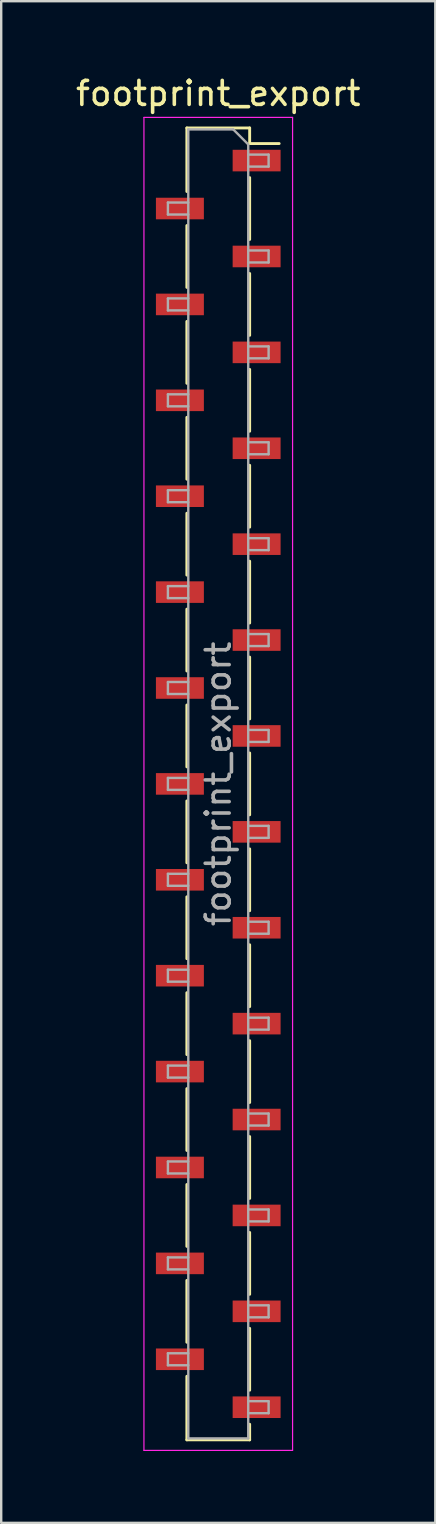
<source format=kicad_pcb>
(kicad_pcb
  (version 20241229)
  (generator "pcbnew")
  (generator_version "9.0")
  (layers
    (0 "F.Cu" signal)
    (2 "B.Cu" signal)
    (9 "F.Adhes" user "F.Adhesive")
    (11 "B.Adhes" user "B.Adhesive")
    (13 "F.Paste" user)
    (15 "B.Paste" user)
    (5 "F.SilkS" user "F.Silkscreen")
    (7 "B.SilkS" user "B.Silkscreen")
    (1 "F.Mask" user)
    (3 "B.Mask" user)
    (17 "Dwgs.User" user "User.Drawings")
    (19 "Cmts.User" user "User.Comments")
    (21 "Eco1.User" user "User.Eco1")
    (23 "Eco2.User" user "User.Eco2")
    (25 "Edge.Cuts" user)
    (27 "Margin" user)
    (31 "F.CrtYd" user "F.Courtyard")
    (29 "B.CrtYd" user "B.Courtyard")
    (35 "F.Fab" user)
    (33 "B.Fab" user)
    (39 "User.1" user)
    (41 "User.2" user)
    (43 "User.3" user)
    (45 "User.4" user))
  (footprint "footprint_export"
    (layer "F.Cu")
    (at 6.054 29.648)
    (property "Reference" "footprint_export" (at 0 -28.8 0) (layer "F.SilkS") (effects (font (size 1 1) (thickness 0.15))))
    (attr smd)
    (fp_line (start -1.31 -27.36) (end -1.31 -24.71) (stroke (width 0.12) (type solid)) (layer "F.SilkS"))
    (fp_line (start -1.31 -27.36) (end 1.31 -27.36) (stroke (width 0.12) (type solid)) (layer "F.SilkS"))
    (fp_line (start -1.31 -23.29) (end -1.31 -20.71) (stroke (width 0.12) (type solid)) (layer "F.SilkS"))
    (fp_line (start -1.31 -19.29) (end -1.31 -16.71) (stroke (width 0.12) (type solid)) (layer "F.SilkS"))
    (fp_line (start -1.31 -15.29) (end -1.31 -12.71) (stroke (width 0.12) (type solid)) (layer "F.SilkS"))
    (fp_line (start -1.31 -11.29) (end -1.31 -8.71) (stroke (width 0.12) (type solid)) (layer "F.SilkS"))
    (fp_line (start -1.31 -7.29) (end -1.31 -4.71) (stroke (width 0.12) (type solid)) (layer "F.SilkS"))
    (fp_line (start -1.31 -3.29) (end -1.31 -0.71) (stroke (width 0.12) (type solid)) (layer "F.SilkS"))
    (fp_line (start -1.31 0.71) (end -1.31 3.29) (stroke (width 0.12) (type solid)) (layer "F.SilkS"))
    (fp_line (start -1.31 4.71) (end -1.31 7.29) (stroke (width 0.12) (type solid)) (layer "F.SilkS"))
    (fp_line (start -1.31 8.71) (end -1.31 11.29) (stroke (width 0.12) (type solid)) (layer "F.SilkS"))
    (fp_line (start -1.31 12.71) (end -1.31 15.29) (stroke (width 0.12) (type solid)) (layer "F.SilkS"))
    (fp_line (start -1.31 16.71) (end -1.31 19.29) (stroke (width 0.12) (type solid)) (layer "F.SilkS"))
    (fp_line (start -1.31 20.71) (end -1.31 23.29) (stroke (width 0.12) (type solid)) (layer "F.SilkS"))
    (fp_line (start -1.31 24.71) (end -1.31 27.36) (stroke (width 0.12) (type solid)) (layer "F.SilkS"))
    (fp_line (start -1.31 27.36) (end 1.31 27.36) (stroke (width 0.12) (type solid)) (layer "F.SilkS"))
    (fp_line (start 1.31 -27.36) (end 1.31 -26.71) (stroke (width 0.12) (type solid)) (layer "F.SilkS"))
    (fp_line (start 1.31 -26.71) (end 2.54 -26.71) (stroke (width 0.12) (type solid)) (layer "F.SilkS"))
    (fp_line (start 1.31 -25.29) (end 1.31 -22.71) (stroke (width 0.12) (type solid)) (layer "F.SilkS"))
    (fp_line (start 1.31 -21.29) (end 1.31 -18.71) (stroke (width 0.12) (type solid)) (layer "F.SilkS"))
    (fp_line (start 1.31 -17.29) (end 1.31 -14.71) (stroke (width 0.12) (type solid)) (layer "F.SilkS"))
    (fp_line (start 1.31 -13.29) (end 1.31 -10.71) (stroke (width 0.12) (type solid)) (layer "F.SilkS"))
    (fp_line (start 1.31 -9.29) (end 1.31 -6.71) (stroke (width 0.12) (type solid)) (layer "F.SilkS"))
    (fp_line (start 1.31 -5.29) (end 1.31 -2.71) (stroke (width 0.12) (type solid)) (layer "F.SilkS"))
    (fp_line (start 1.31 -1.29) (end 1.31 1.29) (stroke (width 0.12) (type solid)) (layer "F.SilkS"))
    (fp_line (start 1.31 2.71) (end 1.31 5.29) (stroke (width 0.12) (type solid)) (layer "F.SilkS"))
    (fp_line (start 1.31 6.71) (end 1.31 9.29) (stroke (width 0.12) (type solid)) (layer "F.SilkS"))
    (fp_line (start 1.31 10.71) (end 1.31 13.29) (stroke (width 0.12) (type solid)) (layer "F.SilkS"))
    (fp_line (start 1.31 14.71) (end 1.31 17.29) (stroke (width 0.12) (type solid)) (layer "F.SilkS"))
    (fp_line (start 1.31 18.71) (end 1.31 21.29) (stroke (width 0.12) (type solid)) (layer "F.SilkS"))
    (fp_line (start 1.31 22.71) (end 1.31 25.29) (stroke (width 0.12) (type solid)) (layer "F.SilkS"))
    (fp_line (start 1.31 26.71) (end 1.31 27.36) (stroke (width 0.12) (type solid)) (layer "F.SilkS"))
    (fp_line (start -3.1 -27.8) (end 3.1 -27.8) (stroke (width 0.05) (type solid)) (layer "F.CrtYd"))
    (fp_line (start -3.1 27.8) (end -3.1 -27.8) (stroke (width 0.05) (type solid)) (layer "F.CrtYd"))
    (fp_line (start 3.1 -27.8) (end 3.1 27.8) (stroke (width 0.05) (type solid)) (layer "F.CrtYd"))
    (fp_line (start 3.1 27.8) (end -3.1 27.8) (stroke (width 0.05) (type solid)) (layer "F.CrtYd"))
    (fp_line (start -2.1 -24.25) (end -1.25 -24.25) (stroke (width 0.1) (type solid)) (layer "F.Fab"))
    (fp_line (start -2.1 -23.75) (end -2.1 -24.25) (stroke (width 0.1) (type solid)) (layer "F.Fab"))
    (fp_line (start -2.1 -20.25) (end -1.25 -20.25) (stroke (width 0.1) (type solid)) (layer "F.Fab"))
    (fp_line (start -2.1 -19.75) (end -2.1 -20.25) (stroke (width 0.1) (type solid)) (layer "F.Fab"))
    (fp_line (start -2.1 -16.25) (end -1.25 -16.25) (stroke (width 0.1) (type solid)) (layer "F.Fab"))
    (fp_line (start -2.1 -15.75) (end -2.1 -16.25) (stroke (width 0.1) (type solid)) (layer "F.Fab"))
    (fp_line (start -2.1 -12.25) (end -1.25 -12.25) (stroke (width 0.1) (type solid)) (layer "F.Fab"))
    (fp_line (start -2.1 -11.75) (end -2.1 -12.25) (stroke (width 0.1) (type solid)) (layer "F.Fab"))
    (fp_line (start -2.1 -8.25) (end -1.25 -8.25) (stroke (width 0.1) (type solid)) (layer "F.Fab"))
    (fp_line (start -2.1 -7.75) (end -2.1 -8.25) (stroke (width 0.1) (type solid)) (layer "F.Fab"))
    (fp_line (start -2.1 -4.25) (end -1.25 -4.25) (stroke (width 0.1) (type solid)) (layer "F.Fab"))
    (fp_line (start -2.1 -3.75) (end -2.1 -4.25) (stroke (width 0.1) (type solid)) (layer "F.Fab"))
    (fp_line (start -2.1 -0.25) (end -1.25 -0.25) (stroke (width 0.1) (type solid)) (layer "F.Fab"))
    (fp_line (start -2.1 0.25) (end -2.1 -0.25) (stroke (width 0.1) (type solid)) (layer "F.Fab"))
    (fp_line (start -2.1 3.75) (end -1.25 3.75) (stroke (width 0.1) (type solid)) (layer "F.Fab"))
    (fp_line (start -2.1 4.25) (end -2.1 3.75) (stroke (width 0.1) (type solid)) (layer "F.Fab"))
    (fp_line (start -2.1 7.75) (end -1.25 7.75) (stroke (width 0.1) (type solid)) (layer "F.Fab"))
    (fp_line (start -2.1 8.25) (end -2.1 7.75) (stroke (width 0.1) (type solid)) (layer "F.Fab"))
    (fp_line (start -2.1 11.75) (end -1.25 11.75) (stroke (width 0.1) (type solid)) (layer "F.Fab"))
    (fp_line (start -2.1 12.25) (end -2.1 11.75) (stroke (width 0.1) (type solid)) (layer "F.Fab"))
    (fp_line (start -2.1 15.75) (end -1.25 15.75) (stroke (width 0.1) (type solid)) (layer "F.Fab"))
    (fp_line (start -2.1 16.25) (end -2.1 15.75) (stroke (width 0.1) (type solid)) (layer "F.Fab"))
    (fp_line (start -2.1 19.75) (end -1.25 19.75) (stroke (width 0.1) (type solid)) (layer "F.Fab"))
    (fp_line (start -2.1 20.25) (end -2.1 19.75) (stroke (width 0.1) (type solid)) (layer "F.Fab"))
    (fp_line (start -2.1 23.75) (end -1.25 23.75) (stroke (width 0.1) (type solid)) (layer "F.Fab"))
    (fp_line (start -2.1 24.25) (end -2.1 23.75) (stroke (width 0.1) (type solid)) (layer "F.Fab"))
    (fp_line (start -1.25 -27.3) (end 0.625 -27.3) (stroke (width 0.1) (type solid)) (layer "F.Fab"))
    (fp_line (start -1.25 -23.75) (end -2.1 -23.75) (stroke (width 0.1) (type solid)) (layer "F.Fab"))
    (fp_line (start -1.25 -19.75) (end -2.1 -19.75) (stroke (width 0.1) (type solid)) (layer "F.Fab"))
    (fp_line (start -1.25 -15.75) (end -2.1 -15.75) (stroke (width 0.1) (type solid)) (layer "F.Fab"))
    (fp_line (start -1.25 -11.75) (end -2.1 -11.75) (stroke (width 0.1) (type solid)) (layer "F.Fab"))
    (fp_line (start -1.25 -7.75) (end -2.1 -7.75) (stroke (width 0.1) (type solid)) (layer "F.Fab"))
    (fp_line (start -1.25 -3.75) (end -2.1 -3.75) (stroke (width 0.1) (type solid)) (layer "F.Fab"))
    (fp_line (start -1.25 0.25) (end -2.1 0.25) (stroke (width 0.1) (type solid)) (layer "F.Fab"))
    (fp_line (start -1.25 4.25) (end -2.1 4.25) (stroke (width 0.1) (type solid)) (layer "F.Fab"))
    (fp_line (start -1.25 8.25) (end -2.1 8.25) (stroke (width 0.1) (type solid)) (layer "F.Fab"))
    (fp_line (start -1.25 12.25) (end -2.1 12.25) (stroke (width 0.1) (type solid)) (layer "F.Fab"))
    (fp_line (start -1.25 16.25) (end -2.1 16.25) (stroke (width 0.1) (type solid)) (layer "F.Fab"))
    (fp_line (start -1.25 20.25) (end -2.1 20.25) (stroke (width 0.1) (type solid)) (layer "F.Fab"))
    (fp_line (start -1.25 24.25) (end -2.1 24.25) (stroke (width 0.1) (type solid)) (layer "F.Fab"))
    (fp_line (start -1.25 27.3) (end -1.25 -27.3) (stroke (width 0.1) (type solid)) (layer "F.Fab"))
    (fp_line (start 0.625 -27.3) (end 1.25 -26.675) (stroke (width 0.1) (type solid)) (layer "F.Fab"))
    (fp_line (start 1.25 -26.675) (end 1.25 27.3) (stroke (width 0.1) (type solid)) (layer "F.Fab"))
    (fp_line (start 1.25 -26.25) (end 2.1 -26.25) (stroke (width 0.1) (type solid)) (layer "F.Fab"))
    (fp_line (start 1.25 -22.25) (end 2.1 -22.25) (stroke (width 0.1) (type solid)) (layer "F.Fab"))
    (fp_line (start 1.25 -18.25) (end 2.1 -18.25) (stroke (width 0.1) (type solid)) (layer "F.Fab"))
    (fp_line (start 1.25 -14.25) (end 2.1 -14.25) (stroke (width 0.1) (type solid)) (layer "F.Fab"))
    (fp_line (start 1.25 -10.25) (end 2.1 -10.25) (stroke (width 0.1) (type solid)) (layer "F.Fab"))
    (fp_line (start 1.25 -6.25) (end 2.1 -6.25) (stroke (width 0.1) (type solid)) (layer "F.Fab"))
    (fp_line (start 1.25 -2.25) (end 2.1 -2.25) (stroke (width 0.1) (type solid)) (layer "F.Fab"))
    (fp_line (start 1.25 1.75) (end 2.1 1.75) (stroke (width 0.1) (type solid)) (layer "F.Fab"))
    (fp_line (start 1.25 5.75) (end 2.1 5.75) (stroke (width 0.1) (type solid)) (layer "F.Fab"))
    (fp_line (start 1.25 9.75) (end 2.1 9.75) (stroke (width 0.1) (type solid)) (layer "F.Fab"))
    (fp_line (start 1.25 13.75) (end 2.1 13.75) (stroke (width 0.1) (type solid)) (layer "F.Fab"))
    (fp_line (start 1.25 17.75) (end 2.1 17.75) (stroke (width 0.1) (type solid)) (layer "F.Fab"))
    (fp_line (start 1.25 21.75) (end 2.1 21.75) (stroke (width 0.1) (type solid)) (layer "F.Fab"))
    (fp_line (start 1.25 25.75) (end 2.1 25.75) (stroke (width 0.1) (type solid)) (layer "F.Fab"))
    (fp_line (start 1.25 27.3) (end -1.25 27.3) (stroke (width 0.1) (type solid)) (layer "F.Fab"))
    (fp_line (start 2.1 -26.25) (end 2.1 -25.75) (stroke (width 0.1) (type solid)) (layer "F.Fab"))
    (fp_line (start 2.1 -25.75) (end 1.25 -25.75) (stroke (width 0.1) (type solid)) (layer "F.Fab"))
    (fp_line (start 2.1 -22.25) (end 2.1 -21.75) (stroke (width 0.1) (type solid)) (layer "F.Fab"))
    (fp_line (start 2.1 -21.75) (end 1.25 -21.75) (stroke (width 0.1) (type solid)) (layer "F.Fab"))
    (fp_line (start 2.1 -18.25) (end 2.1 -17.75) (stroke (width 0.1) (type solid)) (layer "F.Fab"))
    (fp_line (start 2.1 -17.75) (end 1.25 -17.75) (stroke (width 0.1) (type solid)) (layer "F.Fab"))
    (fp_line (start 2.1 -14.25) (end 2.1 -13.75) (stroke (width 0.1) (type solid)) (layer "F.Fab"))
    (fp_line (start 2.1 -13.75) (end 1.25 -13.75) (stroke (width 0.1) (type solid)) (layer "F.Fab"))
    (fp_line (start 2.1 -10.25) (end 2.1 -9.75) (stroke (width 0.1) (type solid)) (layer "F.Fab"))
    (fp_line (start 2.1 -9.75) (end 1.25 -9.75) (stroke (width 0.1) (type solid)) (layer "F.Fab"))
    (fp_line (start 2.1 -6.25) (end 2.1 -5.75) (stroke (width 0.1) (type solid)) (layer "F.Fab"))
    (fp_line (start 2.1 -5.75) (end 1.25 -5.75) (stroke (width 0.1) (type solid)) (layer "F.Fab"))
    (fp_line (start 2.1 -2.25) (end 2.1 -1.75) (stroke (width 0.1) (type solid)) (layer "F.Fab"))
    (fp_line (start 2.1 -1.75) (end 1.25 -1.75) (stroke (width 0.1) (type solid)) (layer "F.Fab"))
    (fp_line (start 2.1 1.75) (end 2.1 2.25) (stroke (width 0.1) (type solid)) (layer "F.Fab"))
    (fp_line (start 2.1 2.25) (end 1.25 2.25) (stroke (width 0.1) (type solid)) (layer "F.Fab"))
    (fp_line (start 2.1 5.75) (end 2.1 6.25) (stroke (width 0.1) (type solid)) (layer "F.Fab"))
    (fp_line (start 2.1 6.25) (end 1.25 6.25) (stroke (width 0.1) (type solid)) (layer "F.Fab"))
    (fp_line (start 2.1 9.75) (end 2.1 10.25) (stroke (width 0.1) (type solid)) (layer "F.Fab"))
    (fp_line (start 2.1 10.25) (end 1.25 10.25) (stroke (width 0.1) (type solid)) (layer "F.Fab"))
    (fp_line (start 2.1 13.75) (end 2.1 14.25) (stroke (width 0.1) (type solid)) (layer "F.Fab"))
    (fp_line (start 2.1 14.25) (end 1.25 14.25) (stroke (width 0.1) (type solid)) (layer "F.Fab"))
    (fp_line (start 2.1 17.75) (end 2.1 18.25) (stroke (width 0.1) (type solid)) (layer "F.Fab"))
    (fp_line (start 2.1 18.25) (end 1.25 18.25) (stroke (width 0.1) (type solid)) (layer "F.Fab"))
    (fp_line (start 2.1 21.75) (end 2.1 22.25) (stroke (width 0.1) (type solid)) (layer "F.Fab"))
    (fp_line (start 2.1 22.25) (end 1.25 22.25) (stroke (width 0.1) (type solid)) (layer "F.Fab"))
    (fp_line (start 2.1 25.75) (end 2.1 26.25) (stroke (width 0.1) (type solid)) (layer "F.Fab"))
    (fp_line (start 2.1 26.25) (end 1.25 26.25) (stroke (width 0.1) (type solid)) (layer "F.Fab"))
    (fp_text user "${REFERENCE}" (at 0 0 90) (layer "F.Fab") (effects (font (size 1 1) (thickness 0.15))))
    (pad "1" smd rect (at 1.6 -26) (size 2 0.9) (layers "F.Cu" "F.Mask" "F.Paste"))
    (pad "2" smd rect (at -1.6 -24) (size 2 0.9) (layers "F.Cu" "F.Mask" "F.Paste"))
    (pad "3" smd rect (at 1.6 -22) (size 2 0.9) (layers "F.Cu" "F.Mask" "F.Paste"))
    (pad "4" smd rect (at -1.6 -20) (size 2 0.9) (layers "F.Cu" "F.Mask" "F.Paste"))
    (pad "5" smd rect (at 1.6 -18) (size 2 0.9) (layers "F.Cu" "F.Mask" "F.Paste"))
    (pad "6" smd rect (at -1.6 -16) (size 2 0.9) (layers "F.Cu" "F.Mask" "F.Paste"))
    (pad "7" smd rect (at 1.6 -14) (size 2 0.9) (layers "F.Cu" "F.Mask" "F.Paste"))
    (pad "8" smd rect (at -1.6 -12) (size 2 0.9) (layers "F.Cu" "F.Mask" "F.Paste"))
    (pad "9" smd rect (at 1.6 -10) (size 2 0.9) (layers "F.Cu" "F.Mask" "F.Paste"))
    (pad "10" smd rect (at -1.6 -8) (size 2 0.9) (layers "F.Cu" "F.Mask" "F.Paste"))
    (pad "11" smd rect (at 1.6 -6) (size 2 0.9) (layers "F.Cu" "F.Mask" "F.Paste"))
    (pad "12" smd rect (at -1.6 -4) (size 2 0.9) (layers "F.Cu" "F.Mask" "F.Paste"))
    (pad "13" smd rect (at 1.6 -2) (size 2 0.9) (layers "F.Cu" "F.Mask" "F.Paste"))
    (pad "14" smd rect (at -1.6 0) (size 2 0.9) (layers "F.Cu" "F.Mask" "F.Paste"))
    (pad "15" smd rect (at 1.6 2) (size 2 0.9) (layers "F.Cu" "F.Mask" "F.Paste"))
    (pad "16" smd rect (at -1.6 4) (size 2 0.9) (layers "F.Cu" "F.Mask" "F.Paste"))
    (pad "17" smd rect (at 1.6 6) (size 2 0.9) (layers "F.Cu" "F.Mask" "F.Paste"))
    (pad "18" smd rect (at -1.6 8) (size 2 0.9) (layers "F.Cu" "F.Mask" "F.Paste"))
    (pad "19" smd rect (at 1.6 10) (size 2 0.9) (layers "F.Cu" "F.Mask" "F.Paste"))
    (pad "20" smd rect (at -1.6 12) (size 2 0.9) (layers "F.Cu" "F.Mask" "F.Paste"))
    (pad "21" smd rect (at 1.6 14) (size 2 0.9) (layers "F.Cu" "F.Mask" "F.Paste"))
    (pad "22" smd rect (at -1.6 16) (size 2 0.9) (layers "F.Cu" "F.Mask" "F.Paste"))
    (pad "23" smd rect (at 1.6 18) (size 2 0.9) (layers "F.Cu" "F.Mask" "F.Paste"))
    (pad "24" smd rect (at -1.6 20) (size 2 0.9) (layers "F.Cu" "F.Mask" "F.Paste"))
    (pad "25" smd rect (at 1.6 22) (size 2 0.9) (layers "F.Cu" "F.Mask" "F.Paste"))
    (pad "26" smd rect (at -1.6 24) (size 2 0.9) (layers "F.Cu" "F.Mask" "F.Paste"))
    (pad "27" smd rect (at 1.6 26) (size 2 0.9) (layers "F.Cu" "F.Mask" "F.Paste")))
  (gr_rect
    (start -3 -3)
    (end 15.107 60.473)
    (stroke (width 0.1) (type default))
    (fill no)
    (layer "Edge.Cuts")))
</source>
